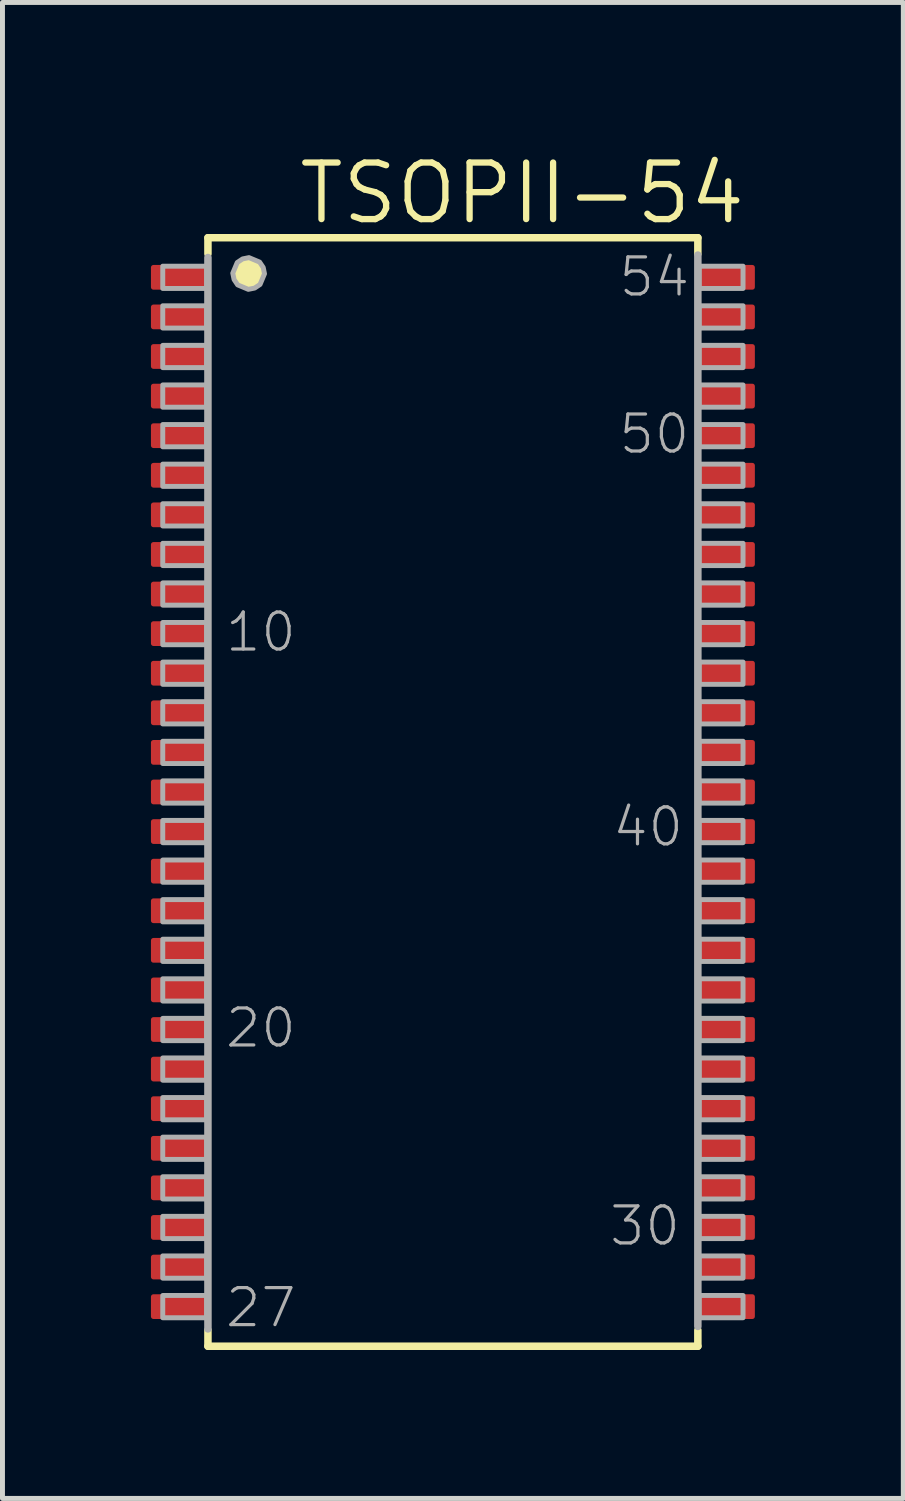
<source format=kicad_pcb>
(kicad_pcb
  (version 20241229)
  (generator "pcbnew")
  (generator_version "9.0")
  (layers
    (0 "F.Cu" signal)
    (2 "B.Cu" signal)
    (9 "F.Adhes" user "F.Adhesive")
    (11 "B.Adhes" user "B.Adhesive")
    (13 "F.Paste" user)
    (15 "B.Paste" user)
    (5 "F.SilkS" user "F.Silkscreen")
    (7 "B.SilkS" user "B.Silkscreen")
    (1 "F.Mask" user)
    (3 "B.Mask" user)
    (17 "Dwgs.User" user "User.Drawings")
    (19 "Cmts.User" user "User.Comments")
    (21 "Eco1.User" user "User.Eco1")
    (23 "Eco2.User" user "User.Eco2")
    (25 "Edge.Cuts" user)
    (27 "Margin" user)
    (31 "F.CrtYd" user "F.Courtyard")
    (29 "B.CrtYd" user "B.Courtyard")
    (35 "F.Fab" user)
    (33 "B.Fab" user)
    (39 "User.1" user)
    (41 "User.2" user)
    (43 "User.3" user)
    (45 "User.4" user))
  (footprint "TSOPII-54"
    (layer "F.Cu")
    (at 6.102 12.954)
    (property "Reference" "TSOPII-54" (at -3.175 -11.43 0) (layer "F.SilkS") (effects (font (size 1.143 1.143) (thickness 0.127)) (justify left bottom)))
    (fp_line (start -4.95 -11.2) (end -4.95 -10.875) (stroke (width 0.152) (type solid)) (layer "F.SilkS"))
    (fp_line (start -4.95 11.2) (end -4.95 10.875) (stroke (width 0.152) (type solid)) (layer "F.SilkS"))
    (fp_line (start -4.95 11.2) (end 4.95 11.2) (stroke (width 0.152) (type solid)) (layer "F.SilkS"))
    (fp_line (start 4.95 -11.2) (end -4.95 -11.2) (stroke (width 0.152) (type solid)) (layer "F.SilkS"))
    (fp_line (start 4.95 -11.2) (end 4.95 -10.875) (stroke (width 0.152) (type solid)) (layer "F.SilkS"))
    (fp_line (start 4.95 11.2) (end 4.95 10.875) (stroke (width 0.152) (type solid)) (layer "F.SilkS"))
    (fp_poly (pts (xy -3.906 -10.708) (xy -3.833 -10.599) (xy -3.807 -10.471) (xy -3.897 -10.256) (xy -4.006 -10.183) (xy -4.134 -10.157) (xy -4.349 -10.247) (xy -4.422 -10.356) (xy -4.448 -10.484) (xy -4.358 -10.699) (xy -4.249 -10.772) (xy -4.121 -10.798)) (stroke (width 0) (type solid)) (fill yes) (layer "F.SilkS"))
    (fp_line (start -4.95 -10.8) (end -4.95 10.85) (stroke (width 0.152) (type solid)) (layer "F.Fab"))
    (fp_line (start 4.95 10.8) (end 4.95 -10.85) (stroke (width 0.152) (type solid)) (layer "F.Fab"))
    (fp_poly (pts (xy -5.863 -10.625) (xy -5.863 -10.175) (xy -4.975 -10.175) (xy -4.975 -10.625)) (stroke (width 0.1) (type solid)) (fill no) (layer "F.Fab"))
    (fp_poly (pts (xy -5.863 -9.825) (xy -5.863 -9.375) (xy -4.975 -9.375) (xy -4.975 -9.825)) (stroke (width 0.1) (type solid)) (fill no) (layer "F.Fab"))
    (fp_poly (pts (xy -5.863 -9.025) (xy -5.863 -8.575) (xy -4.975 -8.575) (xy -4.975 -9.025)) (stroke (width 0.1) (type solid)) (fill no) (layer "F.Fab"))
    (fp_poly (pts (xy -5.863 -8.225) (xy -5.863 -7.775) (xy -4.975 -7.775) (xy -4.975 -8.225)) (stroke (width 0.1) (type solid)) (fill no) (layer "F.Fab"))
    (fp_poly (pts (xy -5.863 -7.425) (xy -5.863 -6.975) (xy -4.975 -6.975) (xy -4.975 -7.425)) (stroke (width 0.1) (type solid)) (fill no) (layer "F.Fab"))
    (fp_poly (pts (xy -5.863 -6.625) (xy -5.863 -6.175) (xy -4.975 -6.175) (xy -4.975 -6.625)) (stroke (width 0.1) (type solid)) (fill no) (layer "F.Fab"))
    (fp_poly (pts (xy -5.863 -5.825) (xy -5.863 -5.375) (xy -4.975 -5.375) (xy -4.975 -5.825)) (stroke (width 0.1) (type solid)) (fill no) (layer "F.Fab"))
    (fp_poly (pts (xy -5.863 -5.025) (xy -5.863 -4.575) (xy -4.975 -4.575) (xy -4.975 -5.025)) (stroke (width 0.1) (type solid)) (fill no) (layer "F.Fab"))
    (fp_poly (pts (xy -5.863 -4.225) (xy -5.863 -3.775) (xy -4.975 -3.775) (xy -4.975 -4.225)) (stroke (width 0.1) (type solid)) (fill no) (layer "F.Fab"))
    (fp_poly (pts (xy -5.863 -3.425) (xy -5.863 -2.975) (xy -4.975 -2.975) (xy -4.975 -3.425)) (stroke (width 0.1) (type solid)) (fill no) (layer "F.Fab"))
    (fp_poly (pts (xy -5.863 -2.625) (xy -5.863 -2.175) (xy -4.975 -2.175) (xy -4.975 -2.625)) (stroke (width 0.1) (type solid)) (fill no) (layer "F.Fab"))
    (fp_poly (pts (xy -5.863 -1.825) (xy -5.863 -1.375) (xy -4.975 -1.375) (xy -4.975 -1.825)) (stroke (width 0.1) (type solid)) (fill no) (layer "F.Fab"))
    (fp_poly (pts (xy -5.863 -1.025) (xy -5.863 -0.575) (xy -4.975 -0.575) (xy -4.975 -1.025)) (stroke (width 0.1) (type solid)) (fill no) (layer "F.Fab"))
    (fp_poly (pts (xy -5.863 -0.225) (xy -5.863 0.225) (xy -4.975 0.225) (xy -4.975 -0.225)) (stroke (width 0.1) (type solid)) (fill no) (layer "F.Fab"))
    (fp_poly (pts (xy -5.863 0.575) (xy -5.863 1.025) (xy -4.975 1.025) (xy -4.975 0.575)) (stroke (width 0.1) (type solid)) (fill no) (layer "F.Fab"))
    (fp_poly (pts (xy -5.863 1.375) (xy -5.863 1.825) (xy -4.975 1.825) (xy -4.975 1.375)) (stroke (width 0.1) (type solid)) (fill no) (layer "F.Fab"))
    (fp_poly (pts (xy -5.863 2.175) (xy -5.863 2.625) (xy -4.975 2.625) (xy -4.975 2.175)) (stroke (width 0.1) (type solid)) (fill no) (layer "F.Fab"))
    (fp_poly (pts (xy -5.863 2.975) (xy -5.863 3.425) (xy -4.975 3.425) (xy -4.975 2.975)) (stroke (width 0.1) (type solid)) (fill no) (layer "F.Fab"))
    (fp_poly (pts (xy -5.863 3.775) (xy -5.863 4.225) (xy -4.975 4.225) (xy -4.975 3.775)) (stroke (width 0.1) (type solid)) (fill no) (layer "F.Fab"))
    (fp_poly (pts (xy -5.863 4.575) (xy -5.863 5.025) (xy -4.975 5.025) (xy -4.975 4.575)) (stroke (width 0.1) (type solid)) (fill no) (layer "F.Fab"))
    (fp_poly (pts (xy -5.863 5.375) (xy -5.863 5.825) (xy -4.975 5.825) (xy -4.975 5.375)) (stroke (width 0.1) (type solid)) (fill no) (layer "F.Fab"))
    (fp_poly (pts (xy -5.863 6.175) (xy -5.863 6.625) (xy -4.975 6.625) (xy -4.975 6.175)) (stroke (width 0.1) (type solid)) (fill no) (layer "F.Fab"))
    (fp_poly (pts (xy -5.863 6.975) (xy -5.863 7.425) (xy -4.975 7.425) (xy -4.975 6.975)) (stroke (width 0.1) (type solid)) (fill no) (layer "F.Fab"))
    (fp_poly (pts (xy -5.863 7.775) (xy -5.863 8.225) (xy -4.975 8.225) (xy -4.975 7.775)) (stroke (width 0.1) (type solid)) (fill no) (layer "F.Fab"))
    (fp_poly (pts (xy -5.863 8.575) (xy -5.863 9.025) (xy -4.975 9.025) (xy -4.975 8.575)) (stroke (width 0.1) (type solid)) (fill no) (layer "F.Fab"))
    (fp_poly (pts (xy -5.863 9.375) (xy -5.863 9.825) (xy -4.975 9.825) (xy -4.975 9.375)) (stroke (width 0.1) (type solid)) (fill no) (layer "F.Fab"))
    (fp_poly (pts (xy -5.863 10.175) (xy -5.863 10.625) (xy -4.975 10.625) (xy -4.975 10.175)) (stroke (width 0.1) (type solid)) (fill no) (layer "F.Fab"))
    (fp_poly (pts (xy 5.863 -10.175) (xy 5.863 -10.625) (xy 4.975 -10.625) (xy 4.975 -10.175)) (stroke (width 0.1) (type solid)) (fill no) (layer "F.Fab"))
    (fp_poly (pts (xy 5.863 -9.375) (xy 5.863 -9.825) (xy 4.975 -9.825) (xy 4.975 -9.375)) (stroke (width 0.1) (type solid)) (fill no) (layer "F.Fab"))
    (fp_poly (pts (xy 5.863 -8.575) (xy 5.863 -9.025) (xy 4.975 -9.025) (xy 4.975 -8.575)) (stroke (width 0.1) (type solid)) (fill no) (layer "F.Fab"))
    (fp_poly (pts (xy 5.863 -7.775) (xy 5.863 -8.225) (xy 4.975 -8.225) (xy 4.975 -7.775)) (stroke (width 0.1) (type solid)) (fill no) (layer "F.Fab"))
    (fp_poly (pts (xy 5.863 -6.975) (xy 5.863 -7.425) (xy 4.975 -7.425) (xy 4.975 -6.975)) (stroke (width 0.1) (type solid)) (fill no) (layer "F.Fab"))
    (fp_poly (pts (xy 5.863 -6.175) (xy 5.863 -6.625) (xy 4.975 -6.625) (xy 4.975 -6.175)) (stroke (width 0.1) (type solid)) (fill no) (layer "F.Fab"))
    (fp_poly (pts (xy 5.863 -5.375) (xy 5.863 -5.825) (xy 4.975 -5.825) (xy 4.975 -5.375)) (stroke (width 0.1) (type solid)) (fill no) (layer "F.Fab"))
    (fp_poly (pts (xy 5.863 -4.575) (xy 5.863 -5.025) (xy 4.975 -5.025) (xy 4.975 -4.575)) (stroke (width 0.1) (type solid)) (fill no) (layer "F.Fab"))
    (fp_poly (pts (xy 5.863 -3.775) (xy 5.863 -4.225) (xy 4.975 -4.225) (xy 4.975 -3.775)) (stroke (width 0.1) (type solid)) (fill no) (layer "F.Fab"))
    (fp_poly (pts (xy 5.863 -2.975) (xy 5.863 -3.425) (xy 4.975 -3.425) (xy 4.975 -2.975)) (stroke (width 0.1) (type solid)) (fill no) (layer "F.Fab"))
    (fp_poly (pts (xy 5.863 -2.175) (xy 5.863 -2.625) (xy 4.975 -2.625) (xy 4.975 -2.175)) (stroke (width 0.1) (type solid)) (fill no) (layer "F.Fab"))
    (fp_poly (pts (xy 5.863 -1.375) (xy 5.863 -1.825) (xy 4.975 -1.825) (xy 4.975 -1.375)) (stroke (width 0.1) (type solid)) (fill no) (layer "F.Fab"))
    (fp_poly (pts (xy 5.863 -0.575) (xy 5.863 -1.025) (xy 4.975 -1.025) (xy 4.975 -0.575)) (stroke (width 0.1) (type solid)) (fill no) (layer "F.Fab"))
    (fp_poly (pts (xy 5.863 0.225) (xy 5.863 -0.225) (xy 4.975 -0.225) (xy 4.975 0.225)) (stroke (width 0.1) (type solid)) (fill no) (layer "F.Fab"))
    (fp_poly (pts (xy 5.863 1.025) (xy 5.863 0.575) (xy 4.975 0.575) (xy 4.975 1.025)) (stroke (width 0.1) (type solid)) (fill no) (layer "F.Fab"))
    (fp_poly (pts (xy 5.863 1.825) (xy 5.863 1.375) (xy 4.975 1.375) (xy 4.975 1.825)) (stroke (width 0.1) (type solid)) (fill no) (layer "F.Fab"))
    (fp_poly (pts (xy 5.863 2.625) (xy 5.863 2.175) (xy 4.975 2.175) (xy 4.975 2.625)) (stroke (width 0.1) (type solid)) (fill no) (layer "F.Fab"))
    (fp_poly (pts (xy 5.863 3.425) (xy 5.863 2.975) (xy 4.975 2.975) (xy 4.975 3.425)) (stroke (width 0.1) (type solid)) (fill no) (layer "F.Fab"))
    (fp_poly (pts (xy 5.863 4.225) (xy 5.863 3.775) (xy 4.975 3.775) (xy 4.975 4.225)) (stroke (width 0.1) (type solid)) (fill no) (layer "F.Fab"))
    (fp_poly (pts (xy 5.863 5.025) (xy 5.863 4.575) (xy 4.975 4.575) (xy 4.975 5.025)) (stroke (width 0.1) (type solid)) (fill no) (layer "F.Fab"))
    (fp_poly (pts (xy 5.863 5.825) (xy 5.863 5.375) (xy 4.975 5.375) (xy 4.975 5.825)) (stroke (width 0.1) (type solid)) (fill no) (layer "F.Fab"))
    (fp_poly (pts (xy 5.863 6.625) (xy 5.863 6.175) (xy 4.975 6.175) (xy 4.975 6.625)) (stroke (width 0.1) (type solid)) (fill no) (layer "F.Fab"))
    (fp_poly (pts (xy 5.863 7.425) (xy 5.863 6.975) (xy 4.975 6.975) (xy 4.975 7.425)) (stroke (width 0.1) (type solid)) (fill no) (layer "F.Fab"))
    (fp_poly (pts (xy 5.863 8.225) (xy 5.863 7.775) (xy 4.975 7.775) (xy 4.975 8.225)) (stroke (width 0.1) (type solid)) (fill no) (layer "F.Fab"))
    (fp_poly (pts (xy 5.863 9.025) (xy 5.863 8.575) (xy 4.975 8.575) (xy 4.975 9.025)) (stroke (width 0.1) (type solid)) (fill no) (layer "F.Fab"))
    (fp_poly (pts (xy 5.863 9.825) (xy 5.863 9.375) (xy 4.975 9.375) (xy 4.975 9.825)) (stroke (width 0.1) (type solid)) (fill no) (layer "F.Fab"))
    (fp_poly (pts (xy 5.863 10.625) (xy 5.863 10.175) (xy 4.975 10.175) (xy 4.975 10.625)) (stroke (width 0.1) (type solid)) (fill no) (layer "F.Fab"))
    (fp_poly (pts (xy -3.906 -10.708) (xy -3.833 -10.599) (xy -3.807 -10.471) (xy -3.897 -10.256) (xy -4.006 -10.183) (xy -4.134 -10.157) (xy -4.349 -10.247) (xy -4.422 -10.356) (xy -4.448 -10.484) (xy -4.358 -10.699) (xy -4.249 -10.772) (xy -4.121 -10.798)) (stroke (width 0.1) (type solid)) (fill no) (layer "F.Fab"))
    (fp_text user "40" (at 4.699 1.143 0) (layer "F.Fab") (effects (font (size 0.748 0.748) (thickness 0.065)) (justify right bottom)))
    (fp_text user "54" (at 4.826 -9.97 0) (layer "F.Fab") (effects (font (size 0.748 0.748) (thickness 0.065)) (justify right bottom)))
    (fp_text user "27" (at -4.636 10.858 0) (layer "F.Fab") (effects (font (size 0.748 0.748) (thickness 0.065)) (justify left bottom)))
    (fp_text user "30" (at 4.636 9.207 0) (layer "F.Fab") (effects (font (size 0.748 0.748) (thickness 0.065)) (justify right bottom)))
    (fp_text user "10" (at -4.636 -2.794 0) (layer "F.Fab") (effects (font (size 0.748 0.748) (thickness 0.065)) (justify left bottom)))
    (fp_text user "20" (at -4.636 5.207 0) (layer "F.Fab") (effects (font (size 0.748 0.748) (thickness 0.065)) (justify left bottom)))
    (fp_text user "50" (at 4.826 -6.795 0) (layer "F.Fab") (effects (font (size 0.748 0.748) (thickness 0.065)) (justify right bottom)))
    (pad "1" smd roundrect (at -5.502 -10.4 270) (size 0.5 1.2) (layers "F.Cu" "F.Mask" "F.Paste") (roundrect_rratio 0.102))
    (pad "2" smd roundrect (at -5.502 -9.6 270) (size 0.5 1.2) (layers "F.Cu" "F.Mask" "F.Paste") (roundrect_rratio 0.102))
    (pad "3" smd roundrect (at -5.502 -8.8 270) (size 0.5 1.2) (layers "F.Cu" "F.Mask" "F.Paste") (roundrect_rratio 0.102))
    (pad "4" smd roundrect (at -5.502 -8 270) (size 0.5 1.2) (layers "F.Cu" "F.Mask" "F.Paste") (roundrect_rratio 0.102))
    (pad "5" smd roundrect (at -5.502 -7.2 270) (size 0.5 1.2) (layers "F.Cu" "F.Mask" "F.Paste") (roundrect_rratio 0.102))
    (pad "6" smd roundrect (at -5.502 -6.4 270) (size 0.5 1.2) (layers "F.Cu" "F.Mask" "F.Paste") (roundrect_rratio 0.102))
    (pad "7" smd roundrect (at -5.502 -5.6 270) (size 0.5 1.2) (layers "F.Cu" "F.Mask" "F.Paste") (roundrect_rratio 0.102))
    (pad "8" smd roundrect (at -5.502 -4.8 270) (size 0.5 1.2) (layers "F.Cu" "F.Mask" "F.Paste") (roundrect_rratio 0.102))
    (pad "9" smd roundrect (at -5.502 -4 270) (size 0.5 1.2) (layers "F.Cu" "F.Mask" "F.Paste") (roundrect_rratio 0.102))
    (pad "10" smd roundrect (at -5.502 -3.2 270) (size 0.5 1.2) (layers "F.Cu" "F.Mask" "F.Paste") (roundrect_rratio 0.102))
    (pad "11" smd roundrect (at -5.502 -2.4 270) (size 0.5 1.2) (layers "F.Cu" "F.Mask" "F.Paste") (roundrect_rratio 0.102))
    (pad "12" smd roundrect (at -5.502 -1.6 270) (size 0.5 1.2) (layers "F.Cu" "F.Mask" "F.Paste") (roundrect_rratio 0.102))
    (pad "13" smd roundrect (at -5.502 -0.8 270) (size 0.5 1.2) (layers "F.Cu" "F.Mask" "F.Paste") (roundrect_rratio 0.102))
    (pad "14" smd roundrect (at -5.502 0 270) (size 0.5 1.2) (layers "F.Cu" "F.Mask" "F.Paste") (roundrect_rratio 0.102))
    (pad "15" smd roundrect (at -5.502 0.8 270) (size 0.5 1.2) (layers "F.Cu" "F.Mask" "F.Paste") (roundrect_rratio 0.102))
    (pad "16" smd roundrect (at -5.502 1.6 270) (size 0.5 1.2) (layers "F.Cu" "F.Mask" "F.Paste") (roundrect_rratio 0.102))
    (pad "17" smd roundrect (at -5.502 2.4 270) (size 0.5 1.2) (layers "F.Cu" "F.Mask" "F.Paste") (roundrect_rratio 0.102))
    (pad "18" smd roundrect (at -5.502 3.2 270) (size 0.5 1.2) (layers "F.Cu" "F.Mask" "F.Paste") (roundrect_rratio 0.102))
    (pad "19" smd roundrect (at -5.502 4 270) (size 0.5 1.2) (layers "F.Cu" "F.Mask" "F.Paste") (roundrect_rratio 0.102))
    (pad "20" smd roundrect (at -5.502 4.8 270) (size 0.5 1.2) (layers "F.Cu" "F.Mask" "F.Paste") (roundrect_rratio 0.102))
    (pad "21" smd roundrect (at -5.502 5.6 270) (size 0.5 1.2) (layers "F.Cu" "F.Mask" "F.Paste") (roundrect_rratio 0.102))
    (pad "22" smd roundrect (at -5.502 6.4 270) (size 0.5 1.2) (layers "F.Cu" "F.Mask" "F.Paste") (roundrect_rratio 0.102))
    (pad "23" smd roundrect (at -5.502 7.2 270) (size 0.5 1.2) (layers "F.Cu" "F.Mask" "F.Paste") (roundrect_rratio 0.102))
    (pad "24" smd roundrect (at -5.502 8 270) (size 0.5 1.2) (layers "F.Cu" "F.Mask" "F.Paste") (roundrect_rratio 0.102))
    (pad "25" smd roundrect (at -5.502 8.8 270) (size 0.5 1.2) (layers "F.Cu" "F.Mask" "F.Paste") (roundrect_rratio 0.102))
    (pad "26" smd roundrect (at -5.502 9.6 270) (size 0.5 1.2) (layers "F.Cu" "F.Mask" "F.Paste") (roundrect_rratio 0.102))
    (pad "27" smd roundrect (at -5.502 10.4 270) (size 0.5 1.2) (layers "F.Cu" "F.Mask" "F.Paste") (roundrect_rratio 0.102))
    (pad "28" smd roundrect (at 5.502 10.4 90) (size 0.5 1.2) (layers "F.Cu" "F.Mask" "F.Paste") (roundrect_rratio 0.102))
    (pad "29" smd roundrect (at 5.502 9.6 90) (size 0.5 1.2) (layers "F.Cu" "F.Mask" "F.Paste") (roundrect_rratio 0.102))
    (pad "30" smd roundrect (at 5.502 8.8 90) (size 0.5 1.2) (layers "F.Cu" "F.Mask" "F.Paste") (roundrect_rratio 0.102))
    (pad "31" smd roundrect (at 5.502 8 90) (size 0.5 1.2) (layers "F.Cu" "F.Mask" "F.Paste") (roundrect_rratio 0.102))
    (pad "32" smd roundrect (at 5.502 7.2 90) (size 0.5 1.2) (layers "F.Cu" "F.Mask" "F.Paste") (roundrect_rratio 0.102))
    (pad "33" smd roundrect (at 5.502 6.4 90) (size 0.5 1.2) (layers "F.Cu" "F.Mask" "F.Paste") (roundrect_rratio 0.102))
    (pad "34" smd roundrect (at 5.502 5.6 90) (size 0.5 1.2) (layers "F.Cu" "F.Mask" "F.Paste") (roundrect_rratio 0.102))
    (pad "35" smd roundrect (at 5.502 4.8 90) (size 0.5 1.2) (layers "F.Cu" "F.Mask" "F.Paste") (roundrect_rratio 0.102))
    (pad "36" smd roundrect (at 5.502 4 90) (size 0.5 1.2) (layers "F.Cu" "F.Mask" "F.Paste") (roundrect_rratio 0.102))
    (pad "37" smd roundrect (at 5.502 3.2 90) (size 0.5 1.2) (layers "F.Cu" "F.Mask" "F.Paste") (roundrect_rratio 0.102))
    (pad "38" smd roundrect (at 5.502 2.4 90) (size 0.5 1.2) (layers "F.Cu" "F.Mask" "F.Paste") (roundrect_rratio 0.102))
    (pad "39" smd roundrect (at 5.502 1.6 90) (size 0.5 1.2) (layers "F.Cu" "F.Mask" "F.Paste") (roundrect_rratio 0.102))
    (pad "40" smd roundrect (at 5.502 0.8 90) (size 0.5 1.2) (layers "F.Cu" "F.Mask" "F.Paste") (roundrect_rratio 0.102))
    (pad "41" smd roundrect (at 5.502 0 90) (size 0.5 1.2) (layers "F.Cu" "F.Mask" "F.Paste") (roundrect_rratio 0.102))
    (pad "42" smd roundrect (at 5.502 -0.8 90) (size 0.5 1.2) (layers "F.Cu" "F.Mask" "F.Paste") (roundrect_rratio 0.102))
    (pad "43" smd roundrect (at 5.502 -1.6 90) (size 0.5 1.2) (layers "F.Cu" "F.Mask" "F.Paste") (roundrect_rratio 0.102))
    (pad "44" smd roundrect (at 5.502 -2.4 90) (size 0.5 1.2) (layers "F.Cu" "F.Mask" "F.Paste") (roundrect_rratio 0.102))
    (pad "45" smd roundrect (at 5.502 -3.2 90) (size 0.5 1.2) (layers "F.Cu" "F.Mask" "F.Paste") (roundrect_rratio 0.102))
    (pad "46" smd roundrect (at 5.502 -4 90) (size 0.5 1.2) (layers "F.Cu" "F.Mask" "F.Paste") (roundrect_rratio 0.102))
    (pad "47" smd roundrect (at 5.502 -4.8 90) (size 0.5 1.2) (layers "F.Cu" "F.Mask" "F.Paste") (roundrect_rratio 0.102))
    (pad "48" smd roundrect (at 5.502 -5.6 90) (size 0.5 1.2) (layers "F.Cu" "F.Mask" "F.Paste") (roundrect_rratio 0.102))
    (pad "49" smd roundrect (at 5.502 -6.4 90) (size 0.5 1.2) (layers "F.Cu" "F.Mask" "F.Paste") (roundrect_rratio 0.102))
    (pad "50" smd roundrect (at 5.502 -7.2 90) (size 0.5 1.2) (layers "F.Cu" "F.Mask" "F.Paste") (roundrect_rratio 0.102))
    (pad "51" smd roundrect (at 5.502 -8 90) (size 0.5 1.2) (layers "F.Cu" "F.Mask" "F.Paste") (roundrect_rratio 0.102))
    (pad "52" smd roundrect (at 5.502 -8.8 90) (size 0.5 1.2) (layers "F.Cu" "F.Mask" "F.Paste") (roundrect_rratio 0.102))
    (pad "53" smd roundrect (at 5.502 -9.6 90) (size 0.5 1.2) (layers "F.Cu" "F.Mask" "F.Paste") (roundrect_rratio 0.102))
    (pad "54" smd roundrect (at 5.502 -10.4 90) (size 0.5 1.2) (layers "F.Cu" "F.Mask" "F.Paste") (roundrect_rratio 0.102)))
  (gr_rect
    (start -3 -3)
    (end 15.204 27.23)
    (stroke (width 0.1) (type default))
    (fill no)
    (layer "Edge.Cuts")))
</source>
